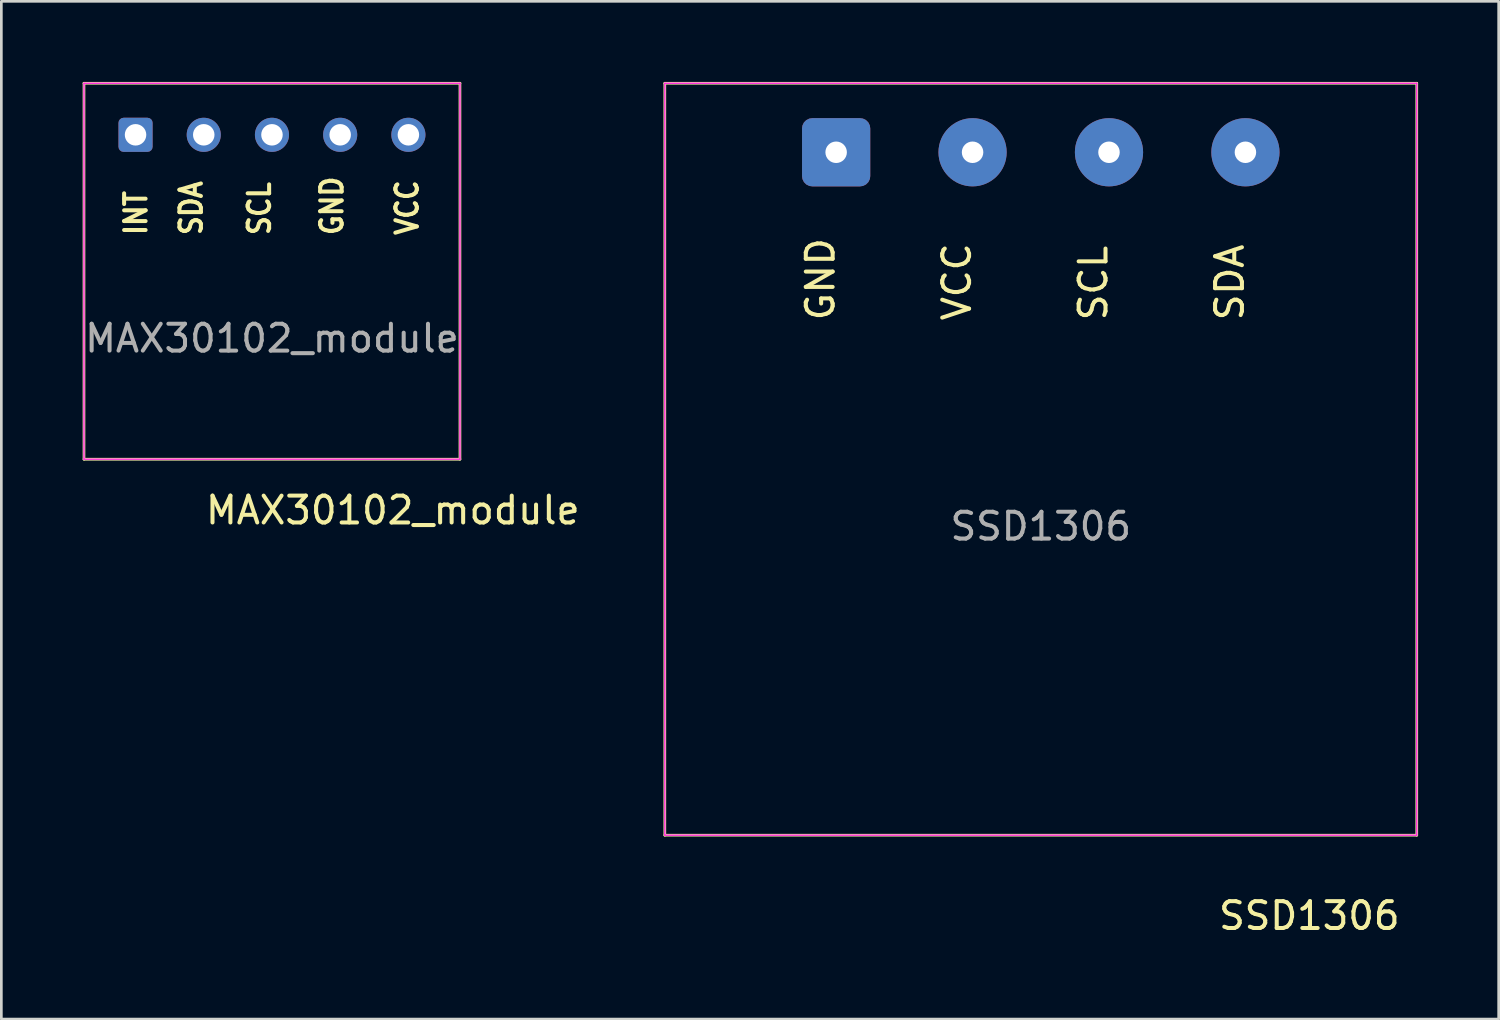
<source format=kicad_pcb>
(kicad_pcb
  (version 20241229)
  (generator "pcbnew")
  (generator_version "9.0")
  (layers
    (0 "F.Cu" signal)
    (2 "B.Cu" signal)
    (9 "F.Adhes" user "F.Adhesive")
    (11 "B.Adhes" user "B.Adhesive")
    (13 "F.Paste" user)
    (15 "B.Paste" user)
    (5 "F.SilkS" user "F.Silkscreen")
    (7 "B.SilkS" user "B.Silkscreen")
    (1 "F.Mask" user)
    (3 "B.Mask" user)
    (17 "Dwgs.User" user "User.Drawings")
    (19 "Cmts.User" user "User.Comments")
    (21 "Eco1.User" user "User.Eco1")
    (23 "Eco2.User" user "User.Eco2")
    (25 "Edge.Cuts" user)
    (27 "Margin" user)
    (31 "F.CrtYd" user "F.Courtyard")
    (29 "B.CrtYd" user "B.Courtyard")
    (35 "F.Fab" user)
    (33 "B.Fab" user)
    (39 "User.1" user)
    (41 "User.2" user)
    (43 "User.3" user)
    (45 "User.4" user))
  (footprint "MAX30102_module"
    (layer "F.Cu")
    (at 7.077 7.05)
    (property "Reference" "MAX30102_module" (at 4.5 8.9 0) (unlocked yes) (layer "F.SilkS") (effects (font (size 1 1) (thickness 0.15))))
    (attr through_hole)
    (fp_line (start -7 -7) (end 7 -7) (stroke (width 0.1) (type default)) (layer "F.SilkS"))
    (fp_line (start -7 7) (end -7 -7) (stroke (width 0.1) (type solid)) (layer "F.SilkS"))
    (fp_line (start 7 -7) (end 7 7) (stroke (width 0.1) (type default)) (layer "F.SilkS"))
    (fp_line (start 7 7) (end -7 7) (stroke (width 0.1) (type default)) (layer "F.SilkS"))
    (fp_line (start -7 -7) (end -7 7) (stroke (width 0.05) (type default)) (layer "F.CrtYd"))
    (fp_line (start -7 -7) (end 7 -7) (stroke (width 0.05) (type default)) (layer "F.CrtYd"))
    (fp_line (start -7 7) (end 7 7) (stroke (width 0.05) (type default)) (layer "F.CrtYd"))
    (fp_line (start 7 7) (end 7 -7) (stroke (width 0.05) (type default)) (layer "F.CrtYd"))
    (fp_text user "INT" (at -4.6 -1.27 90) (unlocked yes) (layer "F.SilkS") (effects (font (size 0.8 0.7) (thickness 0.15) (bold yes)) (justify left bottom)))
    (fp_text user "SDA" (at -2.54 -1.27 90) (unlocked yes) (layer "F.SilkS") (effects (font (size 0.8 0.7) (thickness 0.15) (bold yes)) (justify left bottom)))
    (fp_text user "GND" (at 2.7 -1.27 90) (unlocked yes) (layer "F.SilkS") (effects (font (size 0.8 0.7) (thickness 0.15) (bold yes)) (justify left bottom)))
    (fp_text user "VCC" (at 5.5 -1.27 90) (unlocked yes) (layer "F.SilkS") (effects (font (size 0.8 0.7) (thickness 0.15) (bold yes)) (justify left bottom)))
    (fp_text user "SCL" (at 0 -1.27 90) (unlocked yes) (layer "F.SilkS") (effects (font (size 0.8 0.7) (thickness 0.15) (bold yes)) (justify left bottom)))
    (fp_text user "${REFERENCE}" (at 0 2.5 0) (unlocked yes) (layer "F.Fab") (effects (font (size 1 1) (thickness 0.15))))
    (pad "1" thru_hole roundrect (at -5.08 -5.08) (size 1.27 1.27) (drill 0.8) (layers "*.Cu" "*.Mask") (roundrect_rratio 0.15))
    (pad "2" thru_hole circle (at -2.54 -5.08) (size 1.27 1.27) (drill 0.8) (layers "*.Cu" "*.Mask"))
    (pad "3" thru_hole circle (at 0 -5.08) (size 1.27 1.27) (drill 0.8) (layers "*.Cu" "*.Mask"))
    (pad "4" thru_hole circle (at 2.54 -5.08) (size 1.27 1.27) (drill 0.8) (layers "*.Cu" "*.Mask"))
    (pad "5" thru_hole circle (at 5.08 -5.08) (size 1.27 1.27) (drill 0.8) (layers "*.Cu" "*.Mask"))
    (zone (net_name "") (layer "F.SilkS") (hatch edge 0.5) (connect_pads) (min_thickness 0.25) (filled_areas_thickness no) (keepout (tracks allowed) (vias allowed) (pads not_allowed) (copperpour allowed) (footprints not_allowed)) (placement (enabled no)) (fill) (polygon (pts (xy 0.077 0.05) (xy 14.077 0.05) (xy 14.077 14.05) (xy 0.077 14.05)))))
  (footprint "SSD1306"
    (layer "F.Cu")
    (at 35.705 14.05)
    (property "Reference" "SSD1306" (at 10 17 0) (unlocked yes) (layer "F.SilkS") (effects (font (size 1 1) (thickness 0.15))))
    (attr through_hole)
    (fp_line (start -14 -14) (end 14 -14) (stroke (width 0.1) (type default)) (layer "F.SilkS"))
    (fp_line (start -14 14) (end -14 -14) (stroke (width 0.1) (type default)) (layer "F.SilkS"))
    (fp_line (start 14 -14) (end 14 14) (stroke (width 0.1) (type default)) (layer "F.SilkS"))
    (fp_line (start 14 14) (end -14 14) (stroke (width 0.1) (type default)) (layer "F.SilkS"))
    (fp_line (start -14 -14) (end -14 14) (stroke (width 0.05) (type default)) (layer "F.CrtYd"))
    (fp_line (start -14 14) (end 14 14) (stroke (width 0.05) (type default)) (layer "F.CrtYd"))
    (fp_line (start 14 -14) (end -14 -14) (stroke (width 0.05) (type default)) (layer "F.CrtYd"))
    (fp_line (start 14 14) (end 14 -14) (stroke (width 0.05) (type default)) (layer "F.CrtYd"))
    (fp_text user "VCC" (at -2.54 -5.08 90) (unlocked yes) (layer "F.SilkS") (effects (font (size 1 1) (thickness 0.15)) (justify left bottom)))
    (fp_text user "SDA" (at 7.62 -5.08 90) (unlocked yes) (layer "F.SilkS") (effects (font (size 1 1) (thickness 0.15)) (justify left bottom)))
    (fp_text user "SCL" (at 2.54 -5.08 90) (unlocked yes) (layer "F.SilkS") (effects (font (size 1 1) (thickness 0.15)) (justify left bottom)))
    (fp_text user "GND" (at -7.62 -5.08 90) (unlocked yes) (layer "F.SilkS") (effects (font (size 1 1) (thickness 0.15)) (justify left bottom)))
    (fp_text user "${REFERENCE}" (at 0 2.5 0) (unlocked yes) (layer "F.Fab") (effects (font (size 1 1) (thickness 0.15))))
    (pad "1" thru_hole roundrect (at -7.62 -11.43) (size 2.54 2.54) (drill 0.8) (layers "*.Cu" "*.Mask") (roundrect_rratio 0.15))
    (pad "2" thru_hole circle (at -2.54 -11.43) (size 2.54 2.54) (drill 0.8) (layers "*.Cu" "*.Mask"))
    (pad "3" thru_hole circle (at 2.54 -11.43) (size 2.54 2.54) (drill 0.8) (layers "*.Cu" "*.Mask"))
    (pad "4" thru_hole circle (at 7.62 -11.43) (size 2.54 2.54) (drill 0.8) (layers "*.Cu" "*.Mask"))
    (zone (net_name "") (layer "F.SilkS") (hatch edge 0.5) (connect_pads) (min_thickness 0.25) (filled_areas_thickness no) (keepout (tracks allowed) (vias allowed) (pads not_allowed) (copperpour allowed) (footprints not_allowed)) (placement (enabled no)) (fill) (polygon (pts (xy 21.705 0.05) (xy 49.705 0.05) (xy 49.705 28.05) (xy 21.705 28.05)))))
  (gr_rect
    (start -3 -3)
    (end 52.755 34.898)
    (stroke (width 0.1) (type default))
    (fill no)
    (layer "Edge.Cuts")))
</source>
